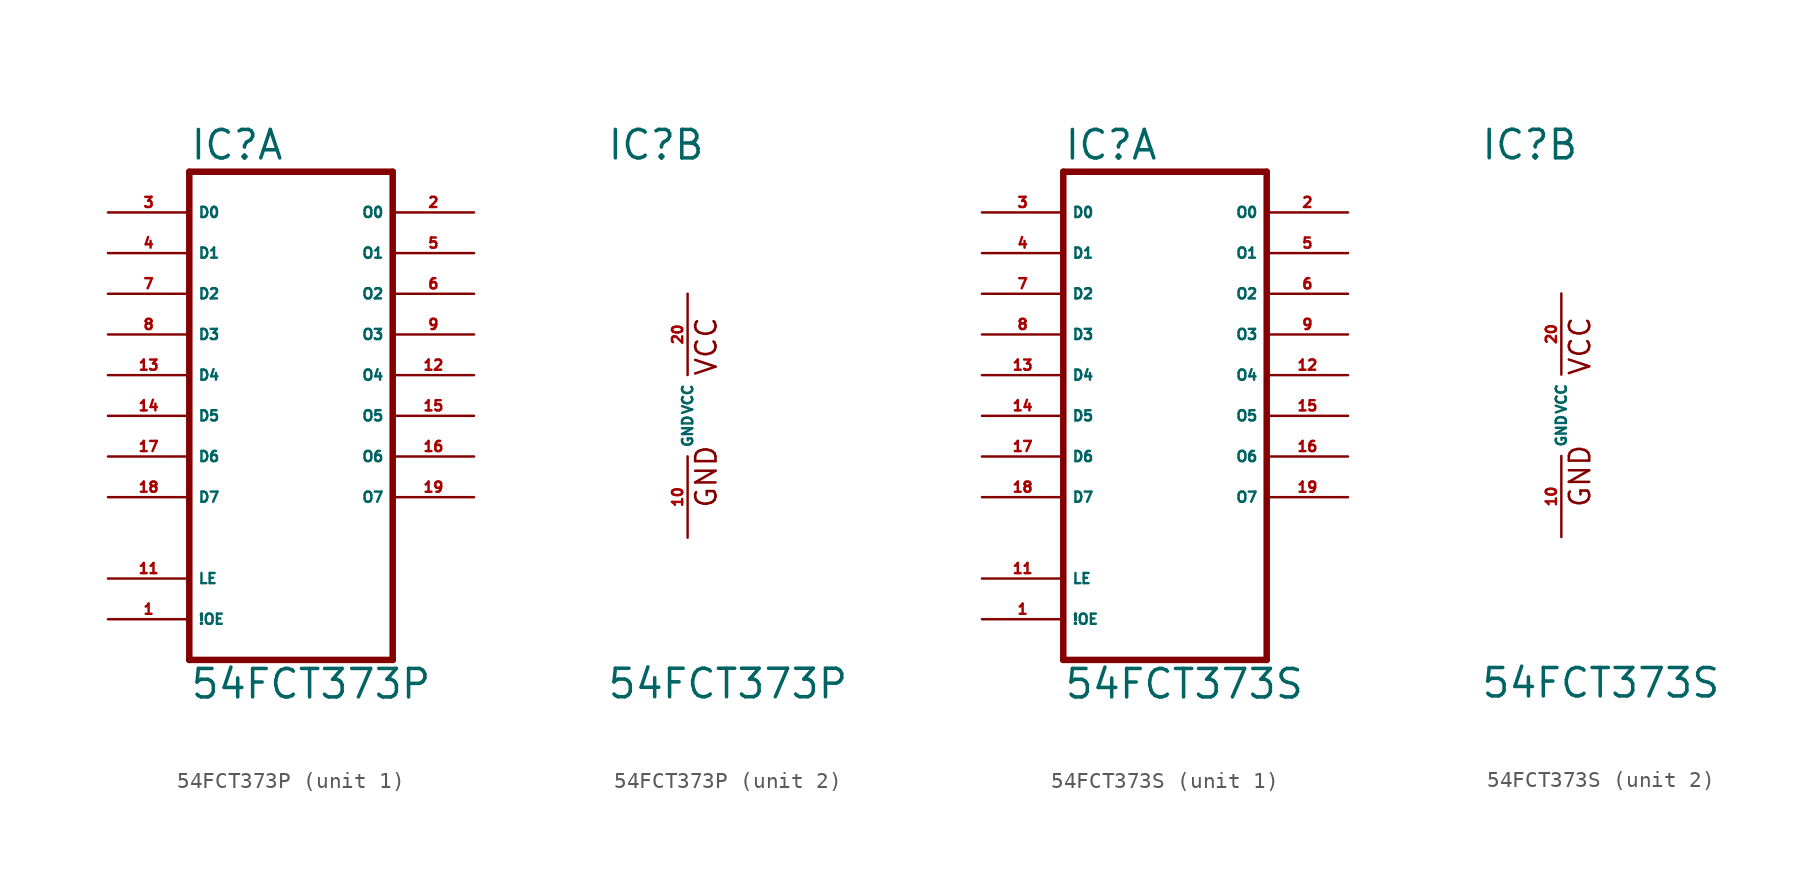
<source format=kicad_sym>
(kicad_symbol_lib
  (version 20220914)
  (generator Eagle2Kicad)
  (symbol "54FCT373P"
    (property "Reference" "IC"
      (at -5.08 15.875 0)
      (effects (font (size 1.778 1.778) (thickness 0.22)) (justify left bottom)))
    (property "Value" "54FCT373P"
      (at -5.08 -17.78 0)
      (effects (font (size 1.778 1.778) (thickness 0.22)) (justify left bottom)))
    (symbol "54FCT373P_1_0"
      (polyline (pts (xy -5.08 -15.24) (xy 7.62 -15.24)) (stroke (width 0.406) (type default)) (fill (type none)))
      (polyline (pts (xy 7.62 -15.24) (xy 7.62 15.24)) (stroke (width 0.406) (type default)) (fill (type none)))
      (polyline (pts (xy 7.62 15.24) (xy -5.08 15.24)) (stroke (width 0.406) (type default)) (fill (type none)))
      (polyline (pts (xy -5.08 15.24) (xy -5.08 -15.24)) (stroke (width 0.406) (type default)) (fill (type none)))
      (pin input line (at -10.16 12.7 0) (length 5.08) (name "D0" (effects (font (size 0.635 0.635) (thickness 0.08)) (justify left bottom))) (number "3" (effects (font (size 0.635 0.635) (thickness 0.08)) (justify left bottom))))
      (pin input line (at -10.16 10.16 0) (length 5.08) (name "D1" (effects (font (size 0.635 0.635) (thickness 0.08)) (justify left bottom))) (number "4" (effects (font (size 0.635 0.635) (thickness 0.08)) (justify left bottom))))
      (pin input line (at -10.16 7.62 0) (length 5.08) (name "D2" (effects (font (size 0.635 0.635) (thickness 0.08)) (justify left bottom))) (number "7" (effects (font (size 0.635 0.635) (thickness 0.08)) (justify left bottom))))
      (pin input line (at -10.16 5.08 0) (length 5.08) (name "D3" (effects (font (size 0.635 0.635) (thickness 0.08)) (justify left bottom))) (number "8" (effects (font (size 0.635 0.635) (thickness 0.08)) (justify left bottom))))
      (pin input line (at -10.16 2.54 0) (length 5.08) (name "D4" (effects (font (size 0.635 0.635) (thickness 0.08)) (justify left bottom))) (number "13" (effects (font (size 0.635 0.635) (thickness 0.08)) (justify left bottom))))
      (pin input line (at -10.16 0 0) (length 5.08) (name "D5" (effects (font (size 0.635 0.635) (thickness 0.08)) (justify left bottom))) (number "14" (effects (font (size 0.635 0.635) (thickness 0.08)) (justify left bottom))))
      (pin input line (at -10.16 -2.54 0) (length 5.08) (name "D6" (effects (font (size 0.635 0.635) (thickness 0.08)) (justify left bottom))) (number "17" (effects (font (size 0.635 0.635) (thickness 0.08)) (justify left bottom))))
      (pin input line (at -10.16 -5.08 0) (length 5.08) (name "D7" (effects (font (size 0.635 0.635) (thickness 0.08)) (justify left bottom))) (number "18" (effects (font (size 0.635 0.635) (thickness 0.08)) (justify left bottom))))
      (pin input line (at -10.16 -10.16 0) (length 5.08) (name "LE" (effects (font (size 0.635 0.635) (thickness 0.08)) (justify left bottom))) (number "11" (effects (font (size 0.635 0.635) (thickness 0.08)) (justify left bottom))))
      (pin input line (at -10.16 -12.7 0) (length 5.08) (name "!OE" (effects (font (size 0.635 0.635) (thickness 0.08)) (justify left bottom))) (number "1" (effects (font (size 0.635 0.635) (thickness 0.08)) (justify left bottom))))
      (pin output line (at 12.7 12.7 180) (length 5.08) (name "O0" (effects (font (size 0.635 0.635) (thickness 0.08)) (justify left bottom))) (number "2" (effects (font (size 0.635 0.635) (thickness 0.08)) (justify left bottom))))
      (pin output line (at 12.7 10.16 180) (length 5.08) (name "O1" (effects (font (size 0.635 0.635) (thickness 0.08)) (justify left bottom))) (number "5" (effects (font (size 0.635 0.635) (thickness 0.08)) (justify left bottom))))
      (pin output line (at 12.7 7.62 180) (length 5.08) (name "O2" (effects (font (size 0.635 0.635) (thickness 0.08)) (justify left bottom))) (number "6" (effects (font (size 0.635 0.635) (thickness 0.08)) (justify left bottom))))
      (pin output line (at 12.7 5.08 180) (length 5.08) (name "O3" (effects (font (size 0.635 0.635) (thickness 0.08)) (justify left bottom))) (number "9" (effects (font (size 0.635 0.635) (thickness 0.08)) (justify left bottom))))
      (pin output line (at 12.7 2.54 180) (length 5.08) (name "O4" (effects (font (size 0.635 0.635) (thickness 0.08)) (justify left bottom))) (number "12" (effects (font (size 0.635 0.635) (thickness 0.08)) (justify left bottom))))
      (pin output line (at 12.7 0 180) (length 5.08) (name "O5" (effects (font (size 0.635 0.635) (thickness 0.08)) (justify left bottom))) (number "15" (effects (font (size 0.635 0.635) (thickness 0.08)) (justify left bottom))))
      (pin output line (at 12.7 -2.54 180) (length 5.08) (name "O6" (effects (font (size 0.635 0.635) (thickness 0.08)) (justify left bottom))) (number "16" (effects (font (size 0.635 0.635) (thickness 0.08)) (justify left bottom))))
      (pin output line (at 12.7 -5.08 180) (length 5.08) (name "O7" (effects (font (size 0.635 0.635) (thickness 0.08)) (justify left bottom))) (number "19" (effects (font (size 0.635 0.635) (thickness 0.08)) (justify left bottom)))))
    (symbol "54FCT373P_2_0"
      (text "GND" (at 1.905 -5.842 900) (effects (font (size 1.27 1.27) (thickness 0.16)) (justify left bottom)))
      (text "VCC" (at 1.905 2.413 900) (effects (font (size 1.27 1.27) (thickness 0.16)) (justify left bottom)))
      (pin unspecified line (at 0 7.62 270) (length 5.08) (name "VCC" (effects (font (size 0.635 0.635) (thickness 0.08)) (justify left bottom))) (number "20" (effects (font (size 0.635 0.635) (thickness 0.08)) (justify left bottom))))
      (pin unspecified line (at 0 -7.62 90) (length 5.08) (name "GND" (effects (font (size 0.635 0.635) (thickness 0.08)) (justify left bottom))) (number "10" (effects (font (size 0.635 0.635) (thickness 0.08)) (justify left bottom))))))
  (symbol "54FCT373S"
    (property "Reference" "IC"
      (at -5.08 15.875 0)
      (effects (font (size 1.778 1.778) (thickness 0.22)) (justify left bottom)))
    (property "Value" "54FCT373S"
      (at -5.08 -17.78 0)
      (effects (font (size 1.778 1.778) (thickness 0.22)) (justify left bottom)))
    (symbol "54FCT373S_1_0"
      (polyline (pts (xy -5.08 -15.24) (xy 7.62 -15.24)) (stroke (width 0.406) (type default)) (fill (type none)))
      (polyline (pts (xy 7.62 -15.24) (xy 7.62 15.24)) (stroke (width 0.406) (type default)) (fill (type none)))
      (polyline (pts (xy 7.62 15.24) (xy -5.08 15.24)) (stroke (width 0.406) (type default)) (fill (type none)))
      (polyline (pts (xy -5.08 15.24) (xy -5.08 -15.24)) (stroke (width 0.406) (type default)) (fill (type none)))
      (pin input line (at -10.16 12.7 0) (length 5.08) (name "D0" (effects (font (size 0.635 0.635) (thickness 0.08)) (justify left bottom))) (number "3" (effects (font (size 0.635 0.635) (thickness 0.08)) (justify left bottom))))
      (pin input line (at -10.16 10.16 0) (length 5.08) (name "D1" (effects (font (size 0.635 0.635) (thickness 0.08)) (justify left bottom))) (number "4" (effects (font (size 0.635 0.635) (thickness 0.08)) (justify left bottom))))
      (pin input line (at -10.16 7.62 0) (length 5.08) (name "D2" (effects (font (size 0.635 0.635) (thickness 0.08)) (justify left bottom))) (number "7" (effects (font (size 0.635 0.635) (thickness 0.08)) (justify left bottom))))
      (pin input line (at -10.16 5.08 0) (length 5.08) (name "D3" (effects (font (size 0.635 0.635) (thickness 0.08)) (justify left bottom))) (number "8" (effects (font (size 0.635 0.635) (thickness 0.08)) (justify left bottom))))
      (pin input line (at -10.16 2.54 0) (length 5.08) (name "D4" (effects (font (size 0.635 0.635) (thickness 0.08)) (justify left bottom))) (number "13" (effects (font (size 0.635 0.635) (thickness 0.08)) (justify left bottom))))
      (pin input line (at -10.16 0 0) (length 5.08) (name "D5" (effects (font (size 0.635 0.635) (thickness 0.08)) (justify left bottom))) (number "14" (effects (font (size 0.635 0.635) (thickness 0.08)) (justify left bottom))))
      (pin input line (at -10.16 -2.54 0) (length 5.08) (name "D6" (effects (font (size 0.635 0.635) (thickness 0.08)) (justify left bottom))) (number "17" (effects (font (size 0.635 0.635) (thickness 0.08)) (justify left bottom))))
      (pin input line (at -10.16 -5.08 0) (length 5.08) (name "D7" (effects (font (size 0.635 0.635) (thickness 0.08)) (justify left bottom))) (number "18" (effects (font (size 0.635 0.635) (thickness 0.08)) (justify left bottom))))
      (pin input line (at -10.16 -10.16 0) (length 5.08) (name "LE" (effects (font (size 0.635 0.635) (thickness 0.08)) (justify left bottom))) (number "11" (effects (font (size 0.635 0.635) (thickness 0.08)) (justify left bottom))))
      (pin input line (at -10.16 -12.7 0) (length 5.08) (name "!OE" (effects (font (size 0.635 0.635) (thickness 0.08)) (justify left bottom))) (number "1" (effects (font (size 0.635 0.635) (thickness 0.08)) (justify left bottom))))
      (pin output line (at 12.7 12.7 180) (length 5.08) (name "O0" (effects (font (size 0.635 0.635) (thickness 0.08)) (justify left bottom))) (number "2" (effects (font (size 0.635 0.635) (thickness 0.08)) (justify left bottom))))
      (pin output line (at 12.7 10.16 180) (length 5.08) (name "O1" (effects (font (size 0.635 0.635) (thickness 0.08)) (justify left bottom))) (number "5" (effects (font (size 0.635 0.635) (thickness 0.08)) (justify left bottom))))
      (pin output line (at 12.7 7.62 180) (length 5.08) (name "O2" (effects (font (size 0.635 0.635) (thickness 0.08)) (justify left bottom))) (number "6" (effects (font (size 0.635 0.635) (thickness 0.08)) (justify left bottom))))
      (pin output line (at 12.7 5.08 180) (length 5.08) (name "O3" (effects (font (size 0.635 0.635) (thickness 0.08)) (justify left bottom))) (number "9" (effects (font (size 0.635 0.635) (thickness 0.08)) (justify left bottom))))
      (pin output line (at 12.7 2.54 180) (length 5.08) (name "O4" (effects (font (size 0.635 0.635) (thickness 0.08)) (justify left bottom))) (number "12" (effects (font (size 0.635 0.635) (thickness 0.08)) (justify left bottom))))
      (pin output line (at 12.7 0 180) (length 5.08) (name "O5" (effects (font (size 0.635 0.635) (thickness 0.08)) (justify left bottom))) (number "15" (effects (font (size 0.635 0.635) (thickness 0.08)) (justify left bottom))))
      (pin output line (at 12.7 -2.54 180) (length 5.08) (name "O6" (effects (font (size 0.635 0.635) (thickness 0.08)) (justify left bottom))) (number "16" (effects (font (size 0.635 0.635) (thickness 0.08)) (justify left bottom))))
      (pin output line (at 12.7 -5.08 180) (length 5.08) (name "O7" (effects (font (size 0.635 0.635) (thickness 0.08)) (justify left bottom))) (number "19" (effects (font (size 0.635 0.635) (thickness 0.08)) (justify left bottom)))))
    (symbol "54FCT373S_2_0"
      (text "GND" (at 1.905 -5.842 900) (effects (font (size 1.27 1.27) (thickness 0.16)) (justify left bottom)))
      (text "VCC" (at 1.905 2.413 900) (effects (font (size 1.27 1.27) (thickness 0.16)) (justify left bottom)))
      (pin unspecified line (at 0 7.62 270) (length 5.08) (name "VCC" (effects (font (size 0.635 0.635) (thickness 0.08)) (justify left bottom))) (number "20" (effects (font (size 0.635 0.635) (thickness 0.08)) (justify left bottom))))
      (pin unspecified line (at 0 -7.62 90) (length 5.08) (name "GND" (effects (font (size 0.635 0.635) (thickness 0.08)) (justify left bottom))) (number "10" (effects (font (size 0.635 0.635) (thickness 0.08)) (justify left bottom)))))))
</source>
